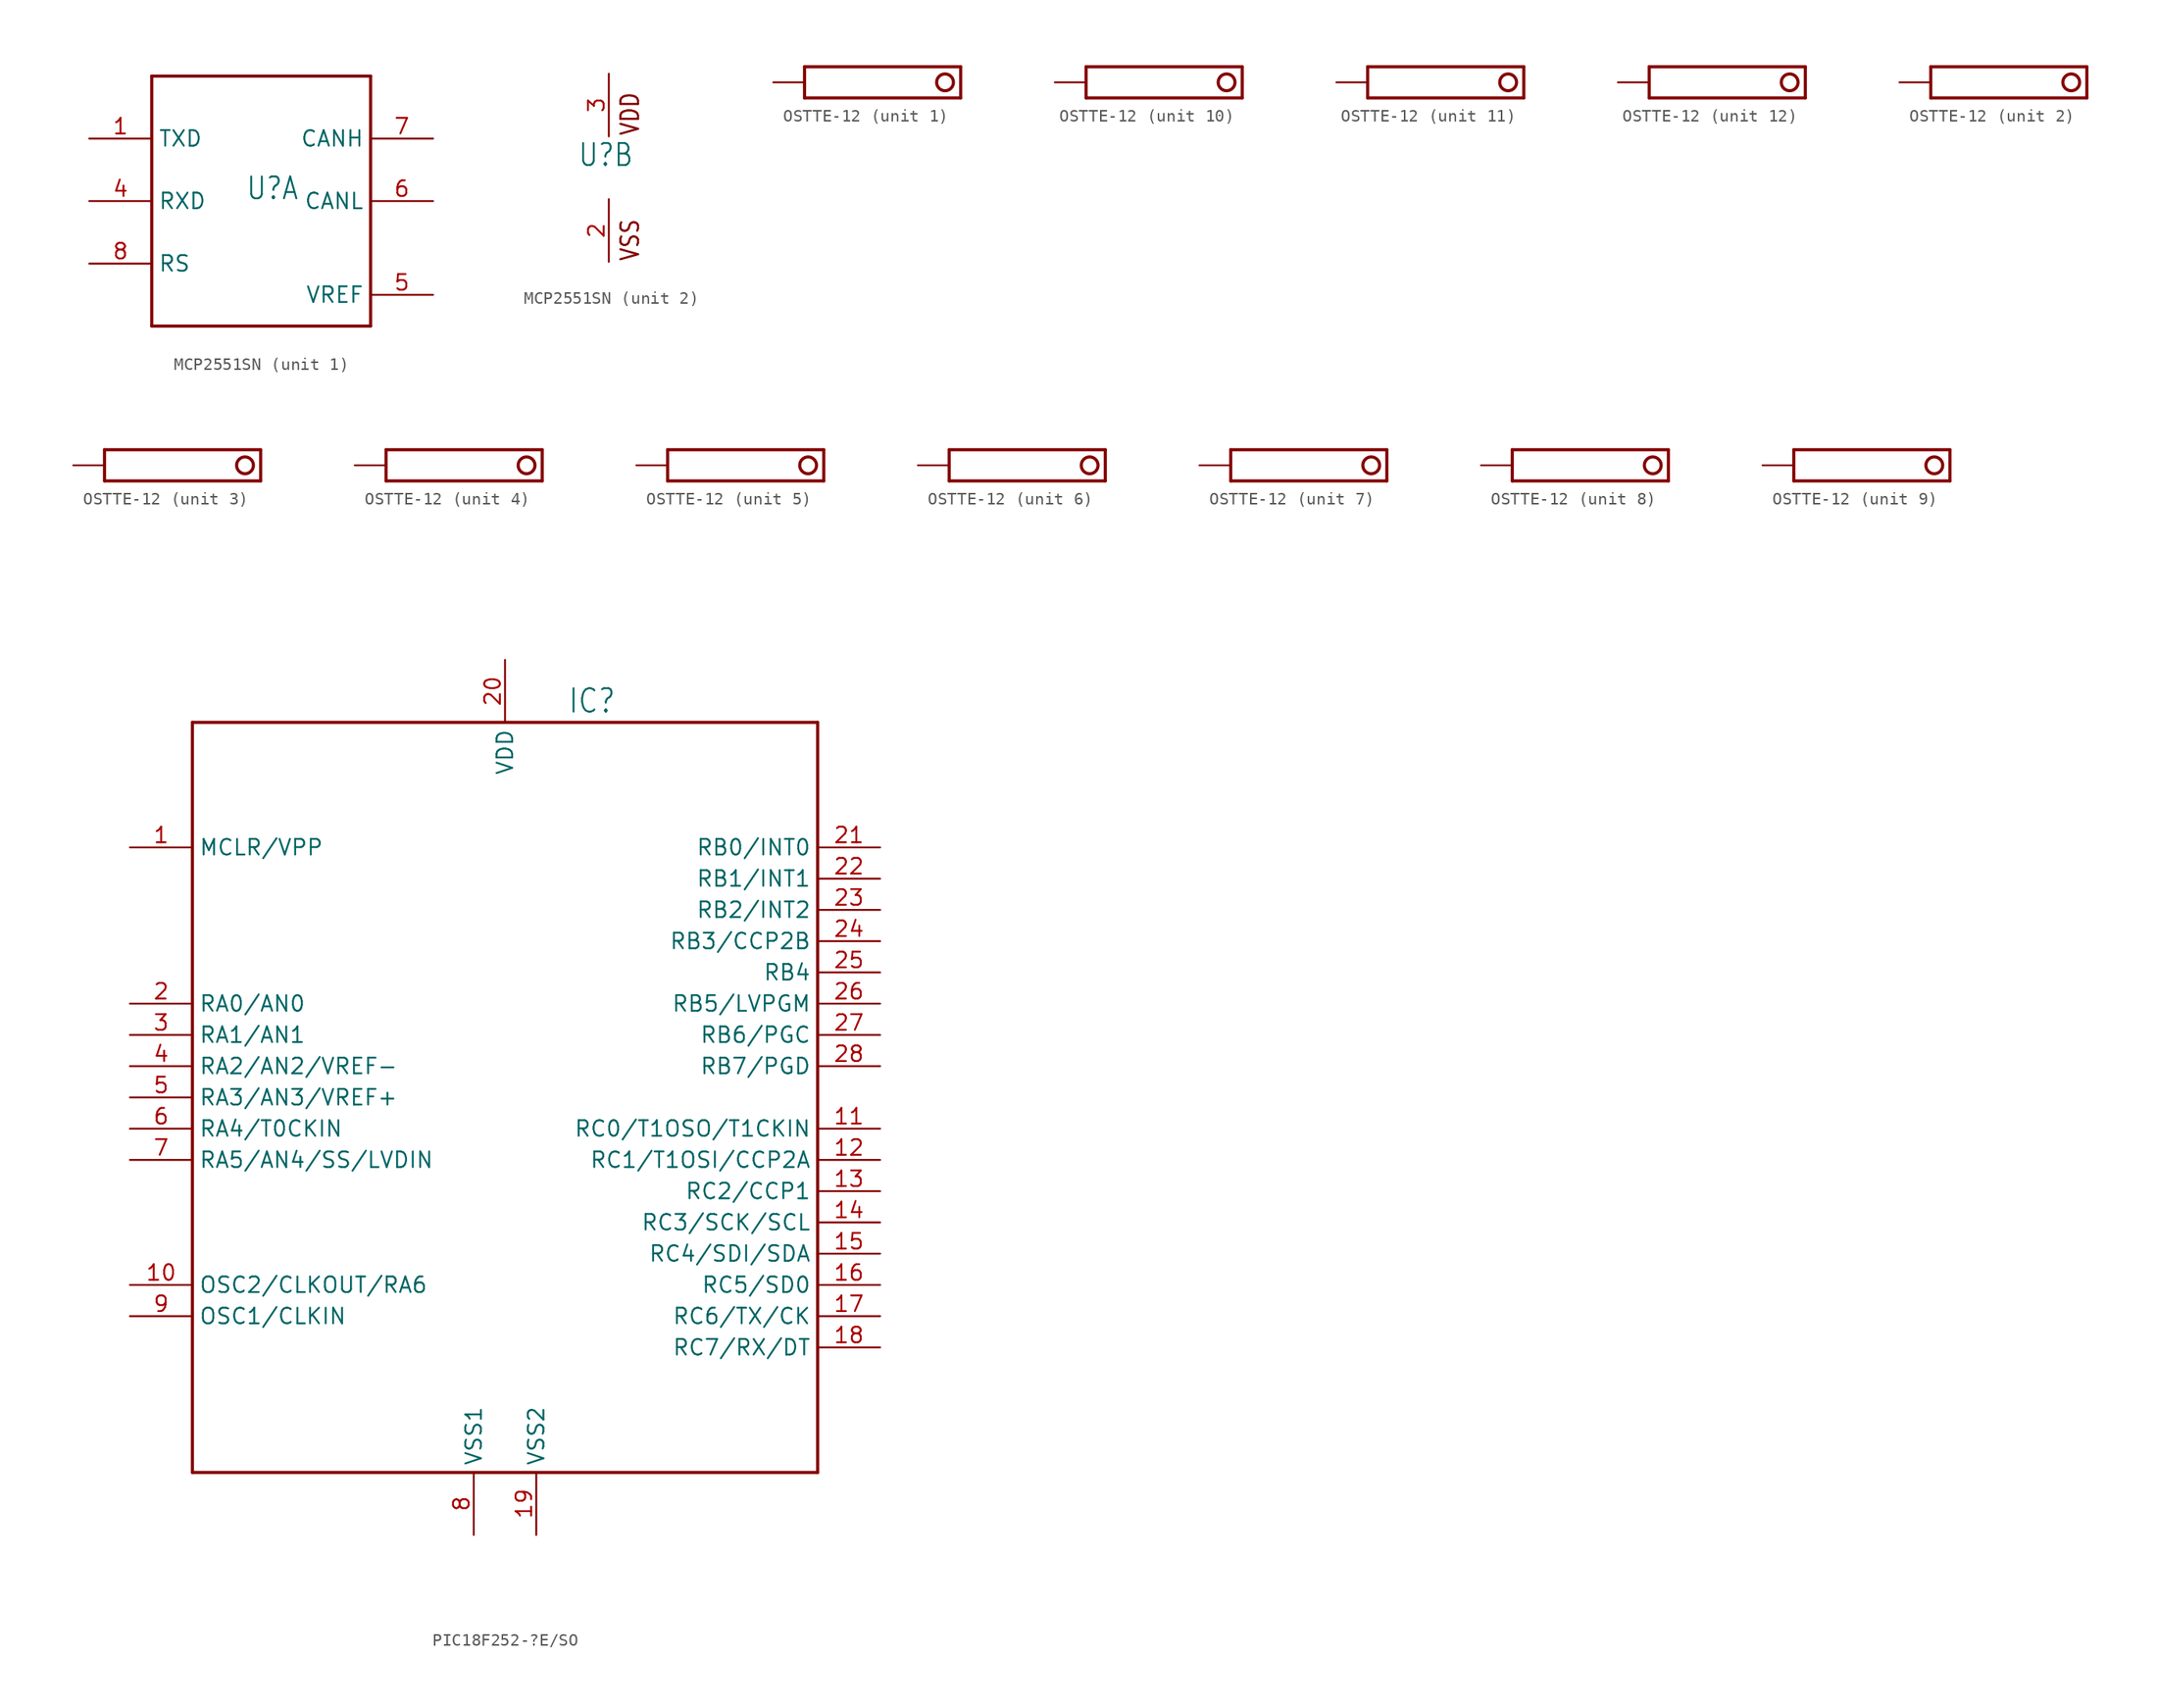
<source format=kicad_sym>
(kicad_symbol_lib
  (version 20220914)
  (generator kicad_symbol_editor)
  (symbol "MCP2551SN"
    (property "Reference" "U"
      (at -2.54 0 0)
      (effects (font (size 1.778 1.511)) (justify left bottom)))
    (property "ki_locked" ""
      (at 0 0 0)
      (effects (font (size 1.27 1.27))))
    (symbol "MCP2551SN_1_0"
      (polyline (pts (xy -10.16 -10.16) (xy 7.62 -10.16)) (stroke (width 0.254) (type solid)) (fill (type none)))
      (polyline (pts (xy -10.16 10.16) (xy -10.16 -10.16)) (stroke (width 0.254) (type solid)) (fill (type none)))
      (polyline (pts (xy 7.62 -10.16) (xy 7.62 10.16)) (stroke (width 0.254) (type solid)) (fill (type none)))
      (polyline (pts (xy 7.62 10.16) (xy -10.16 10.16)) (stroke (width 0.254) (type solid)) (fill (type none)))
      (pin input line (at -15.24 5.08 0) (length 5.08) (name "TXD" (effects (font (size 1.27 1.27)))) (number "1" (effects (font (size 1.27 1.27)))))
      (pin output line (at -15.24 0 0) (length 5.08) (name "RXD" (effects (font (size 1.27 1.27)))) (number "4" (effects (font (size 1.27 1.27)))))
      (pin power_in line (at 12.7 -7.62 180) (length 5.08) (name "VREF" (effects (font (size 1.27 1.27)))) (number "5" (effects (font (size 1.27 1.27)))))
      (pin bidirectional line (at 12.7 0 180) (length 5.08) (name "CANL" (effects (font (size 1.27 1.27)))) (number "6" (effects (font (size 1.27 1.27)))))
      (pin bidirectional line (at 12.7 5.08 180) (length 5.08) (name "CANH" (effects (font (size 1.27 1.27)))) (number "7" (effects (font (size 1.27 1.27)))))
      (pin input line (at -15.24 -5.08 0) (length 5.08) (name "RS" (effects (font (size 1.27 1.27)))) (number "8" (effects (font (size 1.27 1.27))))))
    (symbol "MCP2551SN_2_0"
      (text "VDD" (at 2.54 2.54 900) (effects (font (size 1.422 1.209)) (justify left bottom)))
      (text "VDD" (at 2.54 2.54 900) (effects (font (size 1.422 1.209)) (justify left bottom)))
      (text "VSS" (at 2.54 -7.62 900) (effects (font (size 1.422 1.209)) (justify left bottom)))
      (text "VSS" (at 2.54 -7.62 900) (effects (font (size 1.422 1.209)) (justify left bottom)))
      (pin power_in line (at 0 -7.62 90) (length 5.08) (name "VSS" (effects (font (size 0 0)))) (number "2" (effects (font (size 1.27 1.27)))))
      (pin power_in line (at 0 7.62 270) (length 5.08) (name "VDD" (effects (font (size 0 0)))) (number "3" (effects (font (size 1.27 1.27)))))))
  (symbol "OSTTE-12"
    (property "Reference" ""
      (at -3.81 -0.889 0)
      (effects (font (size 1.778 1.778)) (justify left bottom) hide))
    (property "Value" ""
      (at -5.08 1.651 0)
      (effects (font (size 1.778 1.778)) (justify left bottom)))
    (property "ki_locked" ""
      (at 0 0 0)
      (effects (font (size 1.27 1.27))))
    (symbol "OSTTE-12_1_0"
      (polyline (pts (xy -5.08 -1.27) (xy -5.08 1.27)) (stroke (width 0.254) (type solid)) (fill (type none)))
      (polyline (pts (xy -5.08 1.27) (xy 7.62 1.27)) (stroke (width 0.254) (type solid)) (fill (type none)))
      (polyline (pts (xy 7.62 -1.27) (xy -5.08 -1.27)) (stroke (width 0.254) (type solid)) (fill (type none)))
      (polyline (pts (xy 7.62 -1.27) (xy 7.62 1.27)) (stroke (width 0.254) (type solid)) (fill (type none)))
      (circle (center 6.35 0) (radius 0.684) (stroke (width 0.254) (type solid)) (fill (type none)))
      (pin passive line (at -7.62 0 0) (length 2.54) (name "K" (effects (font (size 0 0)))) (number "1" (effects (font (size 0 0))))))
    (symbol "OSTTE-12_2_0"
      (polyline (pts (xy -5.08 -1.27) (xy -5.08 1.27)) (stroke (width 0.254) (type solid)) (fill (type none)))
      (polyline (pts (xy -5.08 1.27) (xy 7.62 1.27)) (stroke (width 0.254) (type solid)) (fill (type none)))
      (polyline (pts (xy 7.62 -1.27) (xy -5.08 -1.27)) (stroke (width 0.254) (type solid)) (fill (type none)))
      (polyline (pts (xy 7.62 -1.27) (xy 7.62 1.27)) (stroke (width 0.254) (type solid)) (fill (type none)))
      (circle (center 6.35 0) (radius 0.684) (stroke (width 0.254) (type solid)) (fill (type none)))
      (pin passive line (at -7.62 0 0) (length 2.54) (name "K" (effects (font (size 0 0)))) (number "2" (effects (font (size 0 0))))))
    (symbol "OSTTE-12_3_0"
      (polyline (pts (xy -5.08 -1.27) (xy -5.08 1.27)) (stroke (width 0.254) (type solid)) (fill (type none)))
      (polyline (pts (xy -5.08 1.27) (xy 7.62 1.27)) (stroke (width 0.254) (type solid)) (fill (type none)))
      (polyline (pts (xy 7.62 -1.27) (xy -5.08 -1.27)) (stroke (width 0.254) (type solid)) (fill (type none)))
      (polyline (pts (xy 7.62 -1.27) (xy 7.62 1.27)) (stroke (width 0.254) (type solid)) (fill (type none)))
      (circle (center 6.35 0) (radius 0.684) (stroke (width 0.254) (type solid)) (fill (type none)))
      (pin passive line (at -7.62 0 0) (length 2.54) (name "K" (effects (font (size 0 0)))) (number "3" (effects (font (size 0 0))))))
    (symbol "OSTTE-12_4_0"
      (polyline (pts (xy -5.08 -1.27) (xy -5.08 1.27)) (stroke (width 0.254) (type solid)) (fill (type none)))
      (polyline (pts (xy -5.08 1.27) (xy 7.62 1.27)) (stroke (width 0.254) (type solid)) (fill (type none)))
      (polyline (pts (xy 7.62 -1.27) (xy -5.08 -1.27)) (stroke (width 0.254) (type solid)) (fill (type none)))
      (polyline (pts (xy 7.62 -1.27) (xy 7.62 1.27)) (stroke (width 0.254) (type solid)) (fill (type none)))
      (circle (center 6.35 0) (radius 0.684) (stroke (width 0.254) (type solid)) (fill (type none)))
      (pin passive line (at -7.62 0 0) (length 2.54) (name "K" (effects (font (size 0 0)))) (number "4" (effects (font (size 0 0))))))
    (symbol "OSTTE-12_5_0"
      (polyline (pts (xy -5.08 -1.27) (xy -5.08 1.27)) (stroke (width 0.254) (type solid)) (fill (type none)))
      (polyline (pts (xy -5.08 1.27) (xy 7.62 1.27)) (stroke (width 0.254) (type solid)) (fill (type none)))
      (polyline (pts (xy 7.62 -1.27) (xy -5.08 -1.27)) (stroke (width 0.254) (type solid)) (fill (type none)))
      (polyline (pts (xy 7.62 -1.27) (xy 7.62 1.27)) (stroke (width 0.254) (type solid)) (fill (type none)))
      (circle (center 6.35 0) (radius 0.684) (stroke (width 0.254) (type solid)) (fill (type none)))
      (pin passive line (at -7.62 0 0) (length 2.54) (name "K" (effects (font (size 0 0)))) (number "5" (effects (font (size 0 0))))))
    (symbol "OSTTE-12_6_0"
      (polyline (pts (xy -5.08 -1.27) (xy -5.08 1.27)) (stroke (width 0.254) (type solid)) (fill (type none)))
      (polyline (pts (xy -5.08 1.27) (xy 7.62 1.27)) (stroke (width 0.254) (type solid)) (fill (type none)))
      (polyline (pts (xy 7.62 -1.27) (xy -5.08 -1.27)) (stroke (width 0.254) (type solid)) (fill (type none)))
      (polyline (pts (xy 7.62 -1.27) (xy 7.62 1.27)) (stroke (width 0.254) (type solid)) (fill (type none)))
      (circle (center 6.35 0) (radius 0.684) (stroke (width 0.254) (type solid)) (fill (type none)))
      (pin passive line (at -7.62 0 0) (length 2.54) (name "K" (effects (font (size 0 0)))) (number "6" (effects (font (size 0 0))))))
    (symbol "OSTTE-12_7_0"
      (polyline (pts (xy -5.08 -1.27) (xy -5.08 1.27)) (stroke (width 0.254) (type solid)) (fill (type none)))
      (polyline (pts (xy -5.08 1.27) (xy 7.62 1.27)) (stroke (width 0.254) (type solid)) (fill (type none)))
      (polyline (pts (xy 7.62 -1.27) (xy -5.08 -1.27)) (stroke (width 0.254) (type solid)) (fill (type none)))
      (polyline (pts (xy 7.62 -1.27) (xy 7.62 1.27)) (stroke (width 0.254) (type solid)) (fill (type none)))
      (circle (center 6.35 0) (radius 0.684) (stroke (width 0.254) (type solid)) (fill (type none)))
      (pin passive line (at -7.62 0 0) (length 2.54) (name "K" (effects (font (size 0 0)))) (number "7" (effects (font (size 0 0))))))
    (symbol "OSTTE-12_8_0"
      (polyline (pts (xy -5.08 -1.27) (xy -5.08 1.27)) (stroke (width 0.254) (type solid)) (fill (type none)))
      (polyline (pts (xy -5.08 1.27) (xy 7.62 1.27)) (stroke (width 0.254) (type solid)) (fill (type none)))
      (polyline (pts (xy 7.62 -1.27) (xy -5.08 -1.27)) (stroke (width 0.254) (type solid)) (fill (type none)))
      (polyline (pts (xy 7.62 -1.27) (xy 7.62 1.27)) (stroke (width 0.254) (type solid)) (fill (type none)))
      (circle (center 6.35 0) (radius 0.684) (stroke (width 0.254) (type solid)) (fill (type none)))
      (pin passive line (at -7.62 0 0) (length 2.54) (name "K" (effects (font (size 0 0)))) (number "8" (effects (font (size 0 0))))))
    (symbol "OSTTE-12_9_0"
      (polyline (pts (xy -5.08 -1.27) (xy -5.08 1.27)) (stroke (width 0.254) (type solid)) (fill (type none)))
      (polyline (pts (xy -5.08 1.27) (xy 7.62 1.27)) (stroke (width 0.254) (type solid)) (fill (type none)))
      (polyline (pts (xy 7.62 -1.27) (xy -5.08 -1.27)) (stroke (width 0.254) (type solid)) (fill (type none)))
      (polyline (pts (xy 7.62 -1.27) (xy 7.62 1.27)) (stroke (width 0.254) (type solid)) (fill (type none)))
      (circle (center 6.35 0) (radius 0.684) (stroke (width 0.254) (type solid)) (fill (type none)))
      (pin passive line (at -7.62 0 0) (length 2.54) (name "K" (effects (font (size 0 0)))) (number "9" (effects (font (size 0 0))))))
    (symbol "OSTTE-12_10_0"
      (polyline (pts (xy -5.08 -1.27) (xy -5.08 1.27)) (stroke (width 0.254) (type solid)) (fill (type none)))
      (polyline (pts (xy -5.08 1.27) (xy 7.62 1.27)) (stroke (width 0.254) (type solid)) (fill (type none)))
      (polyline (pts (xy 7.62 -1.27) (xy -5.08 -1.27)) (stroke (width 0.254) (type solid)) (fill (type none)))
      (polyline (pts (xy 7.62 -1.27) (xy 7.62 1.27)) (stroke (width 0.254) (type solid)) (fill (type none)))
      (circle (center 6.35 0) (radius 0.684) (stroke (width 0.254) (type solid)) (fill (type none)))
      (pin passive line (at -7.62 0 0) (length 2.54) (name "K" (effects (font (size 0 0)))) (number "10" (effects (font (size 0 0))))))
    (symbol "OSTTE-12_11_0"
      (polyline (pts (xy -5.08 -1.27) (xy -5.08 1.27)) (stroke (width 0.254) (type solid)) (fill (type none)))
      (polyline (pts (xy -5.08 1.27) (xy 7.62 1.27)) (stroke (width 0.254) (type solid)) (fill (type none)))
      (polyline (pts (xy 7.62 -1.27) (xy -5.08 -1.27)) (stroke (width 0.254) (type solid)) (fill (type none)))
      (polyline (pts (xy 7.62 -1.27) (xy 7.62 1.27)) (stroke (width 0.254) (type solid)) (fill (type none)))
      (circle (center 6.35 0) (radius 0.684) (stroke (width 0.254) (type solid)) (fill (type none)))
      (pin passive line (at -7.62 0 0) (length 2.54) (name "K" (effects (font (size 0 0)))) (number "11" (effects (font (size 0 0))))))
    (symbol "OSTTE-12_12_0"
      (polyline (pts (xy -5.08 -1.27) (xy -5.08 1.27)) (stroke (width 0.254) (type solid)) (fill (type none)))
      (polyline (pts (xy -5.08 1.27) (xy 7.62 1.27)) (stroke (width 0.254) (type solid)) (fill (type none)))
      (polyline (pts (xy 7.62 -1.27) (xy -5.08 -1.27)) (stroke (width 0.254) (type solid)) (fill (type none)))
      (polyline (pts (xy 7.62 -1.27) (xy 7.62 1.27)) (stroke (width 0.254) (type solid)) (fill (type none)))
      (circle (center 6.35 0) (radius 0.684) (stroke (width 0.254) (type solid)) (fill (type none)))
      (pin passive line (at -7.62 0 0) (length 2.54) (name "K" (effects (font (size 0 0)))) (number "12" (effects (font (size 0 0)))))))
  (symbol "PIC18F252-?E/SO"
    (property "Reference" "IC"
      (at 5.08 31.115 0)
      (effects (font (size 1.905 1.619)) (justify left bottom)))
    (property "Value" ""
      (at -24.765 27.94 0)
      (effects (font (size 1.905 1.619)) (justify left bottom)))
    (property "ki_locked" ""
      (at 0 0 0)
      (effects (font (size 1.27 1.27))))
    (symbol "PIC18F252-?E/SO_1_0"
      (polyline (pts (xy -25.4 -30.48) (xy -25.4 30.48)) (stroke (width 0.254) (type solid)) (fill (type none)))
      (polyline (pts (xy -25.4 30.48) (xy 25.4 30.48)) (stroke (width 0.254) (type solid)) (fill (type none)))
      (polyline (pts (xy 25.4 -30.48) (xy -25.4 -30.48)) (stroke (width 0.254) (type solid)) (fill (type none)))
      (polyline (pts (xy 25.4 30.48) (xy 25.4 -30.48)) (stroke (width 0.254) (type solid)) (fill (type none)))
      (pin input line (at -30.48 20.32 0) (length 5.08) (name "MCLR/VPP" (effects (font (size 1.27 1.27)))) (number "1" (effects (font (size 1.27 1.27)))))
      (pin output line (at -30.48 -15.24 0) (length 5.08) (name "OSC2/CLKOUT/RA6" (effects (font (size 1.27 1.27)))) (number "10" (effects (font (size 1.27 1.27)))))
      (pin bidirectional line (at 30.48 -2.54 180) (length 5.08) (name "RC0/T1OSO/T1CKIN" (effects (font (size 1.27 1.27)))) (number "11" (effects (font (size 1.27 1.27)))))
      (pin bidirectional line (at 30.48 -5.08 180) (length 5.08) (name "RC1/T1OSI/CCP2A" (effects (font (size 1.27 1.27)))) (number "12" (effects (font (size 1.27 1.27)))))
      (pin bidirectional line (at 30.48 -7.62 180) (length 5.08) (name "RC2/CCP1" (effects (font (size 1.27 1.27)))) (number "13" (effects (font (size 1.27 1.27)))))
      (pin bidirectional line (at 30.48 -10.16 180) (length 5.08) (name "RC3/SCK/SCL" (effects (font (size 1.27 1.27)))) (number "14" (effects (font (size 1.27 1.27)))))
      (pin bidirectional line (at 30.48 -12.7 180) (length 5.08) (name "RC4/SDI/SDA" (effects (font (size 1.27 1.27)))) (number "15" (effects (font (size 1.27 1.27)))))
      (pin bidirectional line (at 30.48 -15.24 180) (length 5.08) (name "RC5/SD0" (effects (font (size 1.27 1.27)))) (number "16" (effects (font (size 1.27 1.27)))))
      (pin bidirectional line (at 30.48 -17.78 180) (length 5.08) (name "RC6/TX/CK" (effects (font (size 1.27 1.27)))) (number "17" (effects (font (size 1.27 1.27)))))
      (pin bidirectional line (at 30.48 -20.32 180) (length 5.08) (name "RC7/RX/DT" (effects (font (size 1.27 1.27)))) (number "18" (effects (font (size 1.27 1.27)))))
      (pin power_in line (at 2.54 -35.56 90) (length 5.08) (name "VSS2" (effects (font (size 1.27 1.27)))) (number "19" (effects (font (size 1.27 1.27)))))
      (pin bidirectional line (at -30.48 7.62 0) (length 5.08) (name "RA0/AN0" (effects (font (size 1.27 1.27)))) (number "2" (effects (font (size 1.27 1.27)))))
      (pin power_in line (at 0 35.56 270) (length 5.08) (name "VDD" (effects (font (size 1.27 1.27)))) (number "20" (effects (font (size 1.27 1.27)))))
      (pin bidirectional line (at 30.48 20.32 180) (length 5.08) (name "RB0/INT0" (effects (font (size 1.27 1.27)))) (number "21" (effects (font (size 1.27 1.27)))))
      (pin bidirectional line (at 30.48 17.78 180) (length 5.08) (name "RB1/INT1" (effects (font (size 1.27 1.27)))) (number "22" (effects (font (size 1.27 1.27)))))
      (pin bidirectional line (at 30.48 15.24 180) (length 5.08) (name "RB2/INT2" (effects (font (size 1.27 1.27)))) (number "23" (effects (font (size 1.27 1.27)))))
      (pin bidirectional line (at 30.48 12.7 180) (length 5.08) (name "RB3/CCP2B" (effects (font (size 1.27 1.27)))) (number "24" (effects (font (size 1.27 1.27)))))
      (pin bidirectional line (at 30.48 10.16 180) (length 5.08) (name "RB4" (effects (font (size 1.27 1.27)))) (number "25" (effects (font (size 1.27 1.27)))))
      (pin bidirectional line (at 30.48 7.62 180) (length 5.08) (name "RB5/LVPGM" (effects (font (size 1.27 1.27)))) (number "26" (effects (font (size 1.27 1.27)))))
      (pin bidirectional line (at 30.48 5.08 180) (length 5.08) (name "RB6/PGC" (effects (font (size 1.27 1.27)))) (number "27" (effects (font (size 1.27 1.27)))))
      (pin bidirectional line (at 30.48 2.54 180) (length 5.08) (name "RB7/PGD" (effects (font (size 1.27 1.27)))) (number "28" (effects (font (size 1.27 1.27)))))
      (pin bidirectional line (at -30.48 5.08 0) (length 5.08) (name "RA1/AN1" (effects (font (size 1.27 1.27)))) (number "3" (effects (font (size 1.27 1.27)))))
      (pin bidirectional line (at -30.48 2.54 0) (length 5.08) (name "RA2/AN2/VREF-" (effects (font (size 1.27 1.27)))) (number "4" (effects (font (size 1.27 1.27)))))
      (pin bidirectional line (at -30.48 0 0) (length 5.08) (name "RA3/AN3/VREF+" (effects (font (size 1.27 1.27)))) (number "5" (effects (font (size 1.27 1.27)))))
      (pin open_collector line (at -30.48 -2.54 0) (length 5.08) (name "RA4/T0CKIN" (effects (font (size 1.27 1.27)))) (number "6" (effects (font (size 1.27 1.27)))))
      (pin bidirectional line (at -30.48 -5.08 0) (length 5.08) (name "RA5/AN4/SS/LVDIN" (effects (font (size 1.27 1.27)))) (number "7" (effects (font (size 1.27 1.27)))))
      (pin power_in line (at -2.54 -35.56 90) (length 5.08) (name "VSS1" (effects (font (size 1.27 1.27)))) (number "8" (effects (font (size 1.27 1.27)))))
      (pin input line (at -30.48 -17.78 0) (length 5.08) (name "OSC1/CLKIN" (effects (font (size 1.27 1.27)))) (number "9" (effects (font (size 1.27 1.27))))))))
</source>
